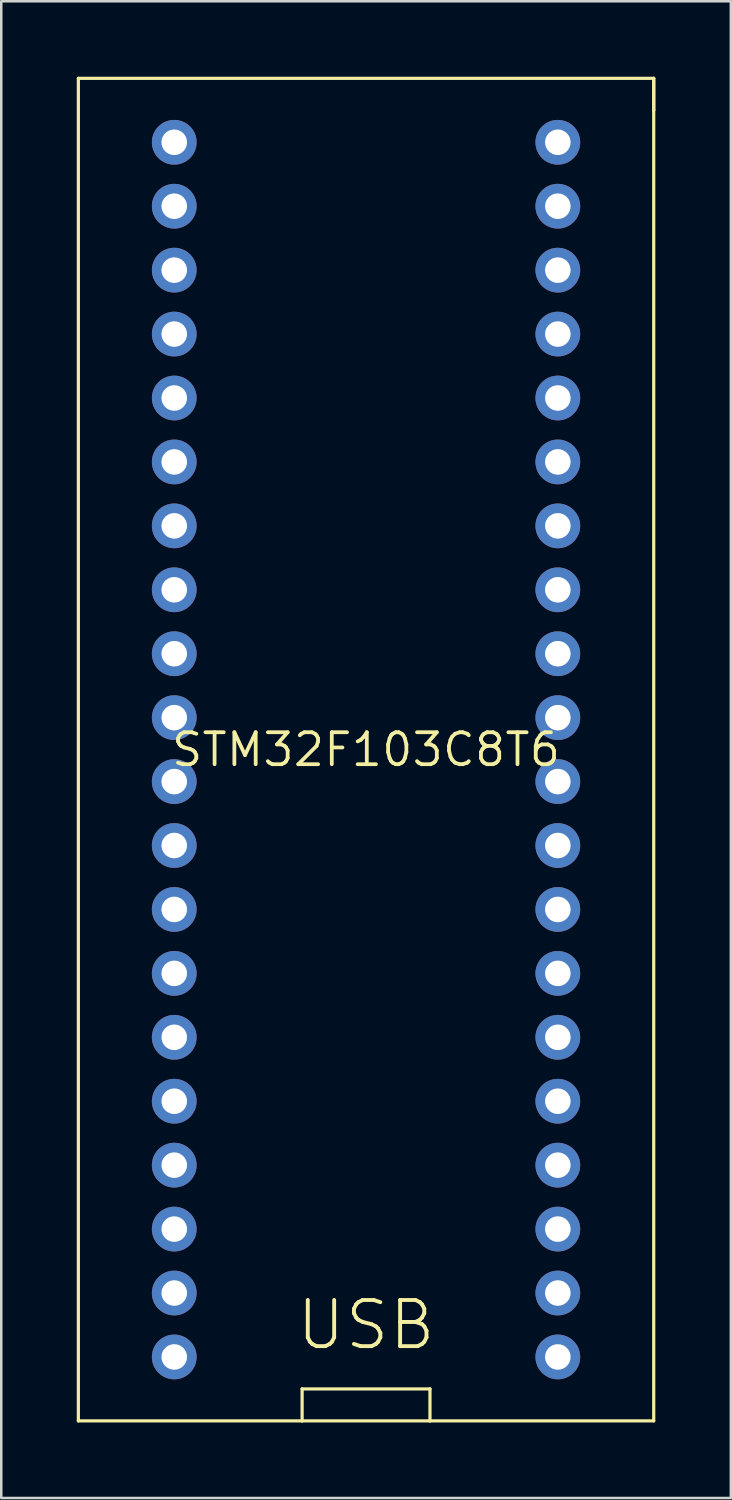
<source format=kicad_pcb>
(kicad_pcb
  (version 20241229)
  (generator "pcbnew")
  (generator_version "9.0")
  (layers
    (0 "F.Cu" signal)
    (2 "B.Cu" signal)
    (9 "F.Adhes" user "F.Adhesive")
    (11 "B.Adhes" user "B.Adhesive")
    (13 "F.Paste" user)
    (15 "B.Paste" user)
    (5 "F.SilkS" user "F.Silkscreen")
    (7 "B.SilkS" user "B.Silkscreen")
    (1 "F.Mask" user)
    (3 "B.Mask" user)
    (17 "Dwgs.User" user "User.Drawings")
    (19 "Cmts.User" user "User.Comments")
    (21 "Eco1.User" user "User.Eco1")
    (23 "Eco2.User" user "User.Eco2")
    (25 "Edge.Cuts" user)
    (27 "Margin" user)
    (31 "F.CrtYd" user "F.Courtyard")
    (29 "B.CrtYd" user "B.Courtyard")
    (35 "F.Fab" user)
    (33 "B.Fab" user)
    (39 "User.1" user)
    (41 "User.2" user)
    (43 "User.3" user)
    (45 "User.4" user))
  (footprint "STM32F103C8T6"
    (layer "F.Cu")
    (at 11.493 26.733)
    (property "Reference" "STM32F103C8T6" (at 0 0 0) (layer "F.SilkS") (effects (font (size 1.27 1.27) (thickness 0.15))))
    (attr through_hole)
    (fp_line (start -11.43 -26.67) (end -11.43 26.67) (stroke (width 0.127) (type solid)) (layer "F.SilkS"))
    (fp_line (start -11.43 -26.67) (end 11.43 -26.67) (stroke (width 0.127) (type solid)) (layer "F.SilkS"))
    (fp_line (start -11.43 26.67) (end -2.54 26.67) (stroke (width 0.127) (type solid)) (layer "F.SilkS"))
    (fp_line (start -2.54 25.4) (end -2.54 26.67) (stroke (width 0.127) (type solid)) (layer "F.SilkS"))
    (fp_line (start -2.54 25.4) (end 2.54 25.4) (stroke (width 0.127) (type solid)) (layer "F.SilkS"))
    (fp_line (start -2.54 26.67) (end 2.54 26.67) (stroke (width 0.127) (type solid)) (layer "F.SilkS"))
    (fp_line (start 2.54 25.4) (end 2.54 26.67) (stroke (width 0.127) (type solid)) (layer "F.SilkS"))
    (fp_line (start 2.54 26.67) (end 11.43 26.67) (stroke (width 0.127) (type solid)) (layer "F.SilkS"))
    (fp_line (start 11.43 -26.67) (end 11.43 -25.4) (stroke (width 0.127) (type solid)) (layer "F.SilkS"))
    (fp_line (start 11.43 -26.67) (end 11.43 -25.4) (stroke (width 0.127) (type solid)) (layer "F.SilkS"))
    (fp_line (start 11.43 -25.4) (end 11.43 26.67) (stroke (width 0.127) (type solid)) (layer "F.SilkS"))
    (fp_text user "USB" (at 0 22.86 0) (layer "F.SilkS") (effects (font (size 1.834 1.834) (thickness 0.154))))
    (pad "3.3V" thru_hole circle (at -7.62 19.05) (size 1.778 1.778) (drill 1.016) (layers "*.Cu" "*.Mask"))
    (pad "3.3V2" thru_hole circle (at 7.62 -24.13) (size 1.778 1.778) (drill 1.016) (layers "*.Cu" "*.Mask"))
    (pad "5V" thru_hole circle (at 7.62 -19.05) (size 1.778 1.778) (drill 1.016) (layers "*.Cu" "*.Mask"))
    (pad "GND" thru_hole circle (at -7.62 21.59) (size 1.778 1.778) (drill 1.016) (layers "*.Cu" "*.Mask"))
    (pad "GND2" thru_hole circle (at -7.62 24.13) (size 1.778 1.778) (drill 1.016) (layers "*.Cu" "*.Mask"))
    (pad "GND3" thru_hole circle (at 7.62 -21.59) (size 1.778 1.778) (drill 1.016) (layers "*.Cu" "*.Mask"))
    (pad "PA0" thru_hole circle (at -7.62 -13.97) (size 1.778 1.778) (drill 1.016) (layers "*.Cu" "*.Mask"))
    (pad "PA1" thru_hole circle (at -7.62 -11.43) (size 1.778 1.778) (drill 1.016) (layers "*.Cu" "*.Mask"))
    (pad "PA2" thru_hole circle (at -7.62 -8.89) (size 1.778 1.778) (drill 1.016) (layers "*.Cu" "*.Mask"))
    (pad "PA3" thru_hole circle (at -7.62 -6.35) (size 1.778 1.778) (drill 1.016) (layers "*.Cu" "*.Mask"))
    (pad "PA4" thru_hole circle (at -7.62 -3.81) (size 1.778 1.778) (drill 1.016) (layers "*.Cu" "*.Mask"))
    (pad "PA5" thru_hole circle (at -7.62 -1.27) (size 1.778 1.778) (drill 1.016) (layers "*.Cu" "*.Mask"))
    (pad "PA6" thru_hole circle (at -7.62 1.27) (size 1.778 1.778) (drill 1.016) (layers "*.Cu" "*.Mask"))
    (pad "PA7" thru_hole circle (at -7.62 3.81) (size 1.778 1.778) (drill 1.016) (layers "*.Cu" "*.Mask"))
    (pad "PA8" thru_hole circle (at 7.62 13.97) (size 1.778 1.778) (drill 1.016) (layers "*.Cu" "*.Mask"))
    (pad "PA9" thru_hole circle (at 7.62 11.43) (size 1.778 1.778) (drill 1.016) (layers "*.Cu" "*.Mask"))
    (pad "PA10" thru_hole circle (at 7.62 8.89) (size 1.778 1.778) (drill 1.016) (layers "*.Cu" "*.Mask"))
    (pad "PA11" thru_hole circle (at 7.62 6.35) (size 1.778 1.778) (drill 1.016) (layers "*.Cu" "*.Mask"))
    (pad "PA12" thru_hole circle (at 7.62 3.81) (size 1.778 1.778) (drill 1.016) (layers "*.Cu" "*.Mask"))
    (pad "PA15" thru_hole circle (at 7.62 1.27) (size 1.778 1.778) (drill 1.016) (layers "*.Cu" "*.Mask"))
    (pad "PB0" thru_hole circle (at -7.62 6.35) (size 1.778 1.778) (drill 1.016) (layers "*.Cu" "*.Mask"))
    (pad "PB1" thru_hole circle (at -7.62 8.89) (size 1.778 1.778) (drill 1.016) (layers "*.Cu" "*.Mask"))
    (pad "PB3" thru_hole circle (at 7.62 -1.27) (size 1.778 1.778) (drill 1.016) (layers "*.Cu" "*.Mask"))
    (pad "PB4" thru_hole circle (at 7.62 -3.81) (size 1.778 1.778) (drill 1.016) (layers "*.Cu" "*.Mask"))
    (pad "PB5" thru_hole circle (at 7.62 -6.35) (size 1.778 1.778) (drill 1.016) (layers "*.Cu" "*.Mask"))
    (pad "PB6" thru_hole circle (at 7.62 -8.89) (size 1.778 1.778) (drill 1.016) (layers "*.Cu" "*.Mask"))
    (pad "PB7" thru_hole circle (at 7.62 -11.43) (size 1.778 1.778) (drill 1.016) (layers "*.Cu" "*.Mask"))
    (pad "PB8" thru_hole circle (at 7.62 -13.97) (size 1.778 1.778) (drill 1.016) (layers "*.Cu" "*.Mask"))
    (pad "PB9" thru_hole circle (at 7.62 -16.51) (size 1.778 1.778) (drill 1.016) (layers "*.Cu" "*.Mask"))
    (pad "PB10" thru_hole circle (at -7.62 11.43) (size 1.778 1.778) (drill 1.016) (layers "*.Cu" "*.Mask"))
    (pad "PB11" thru_hole circle (at -7.62 13.97) (size 1.778 1.778) (drill 1.016) (layers "*.Cu" "*.Mask"))
    (pad "PB12" thru_hole circle (at 7.62 24.13) (size 1.778 1.778) (drill 1.016) (layers "*.Cu" "*.Mask"))
    (pad "PB13" thru_hole circle (at 7.62 21.59) (size 1.778 1.778) (drill 1.016) (layers "*.Cu" "*.Mask"))
    (pad "PB14" thru_hole circle (at 7.62 19.05) (size 1.778 1.778) (drill 1.016) (layers "*.Cu" "*.Mask"))
    (pad "PB15" thru_hole circle (at 7.62 16.51) (size 1.778 1.778) (drill 1.016) (layers "*.Cu" "*.Mask"))
    (pad "PC13" thru_hole circle (at -7.62 -21.59) (size 1.778 1.778) (drill 1.016) (layers "*.Cu" "*.Mask"))
    (pad "PC14" thru_hole circle (at -7.62 -19.05) (size 1.778 1.778) (drill 1.016) (layers "*.Cu" "*.Mask"))
    (pad "PC15" thru_hole circle (at -7.62 -16.51) (size 1.778 1.778) (drill 1.016) (layers "*.Cu" "*.Mask"))
    (pad "RESET" thru_hole circle (at -7.62 16.51) (size 1.778 1.778) (drill 1.016) (layers "*.Cu" "*.Mask"))
    (pad "VBAT" thru_hole circle (at -7.62 -24.13) (size 1.778 1.778) (drill 1.016) (layers "*.Cu" "*.Mask")))
  (gr_rect
    (start -3 -3)
    (end 25.987 56.467)
    (stroke (width 0.1) (type default))
    (fill no)
    (layer "Edge.Cuts")))
</source>
